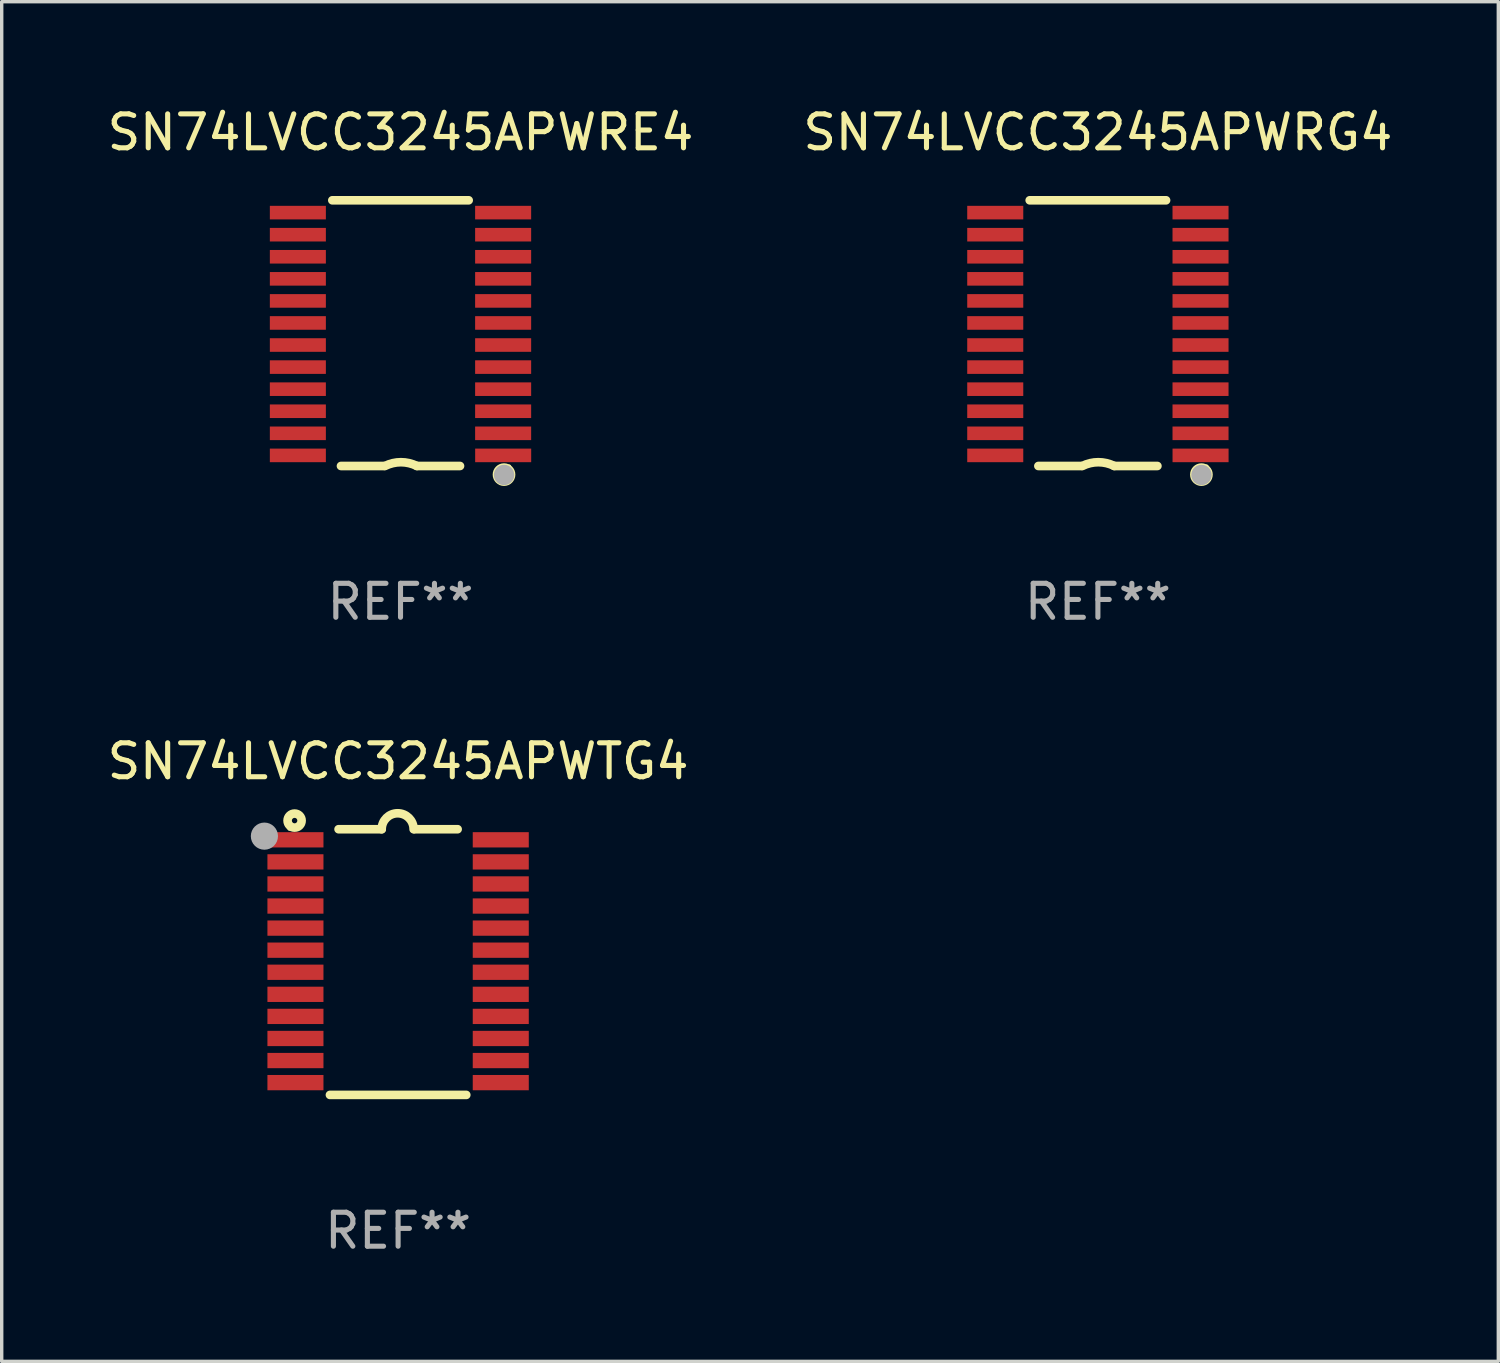
<source format=kicad_pcb>
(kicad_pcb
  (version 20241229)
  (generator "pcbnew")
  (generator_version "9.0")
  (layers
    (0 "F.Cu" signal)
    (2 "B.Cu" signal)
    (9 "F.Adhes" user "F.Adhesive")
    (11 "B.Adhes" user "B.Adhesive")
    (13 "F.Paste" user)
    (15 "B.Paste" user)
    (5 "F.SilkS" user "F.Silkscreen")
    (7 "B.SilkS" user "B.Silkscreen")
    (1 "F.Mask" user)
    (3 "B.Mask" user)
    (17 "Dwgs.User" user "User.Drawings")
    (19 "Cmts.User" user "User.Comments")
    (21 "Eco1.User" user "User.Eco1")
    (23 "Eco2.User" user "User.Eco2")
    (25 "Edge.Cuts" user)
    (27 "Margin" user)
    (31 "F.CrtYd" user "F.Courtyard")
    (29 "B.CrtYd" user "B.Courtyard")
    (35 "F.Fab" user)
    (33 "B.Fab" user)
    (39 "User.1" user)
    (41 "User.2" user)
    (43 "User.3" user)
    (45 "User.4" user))
  (footprint "SN74LVCC3245APWRE4"
    (layer "F.Cu")
    (at 8.744 6.76)
    (property "Reference" "SN74LVCC3245APWRE4" (at 0 -5.912 0) (layer "F.SilkS") (effects (font (size 1 1) (thickness 0.15))))
    (attr through_hole)
    (fp_line (start -2.008 -3.912) (end 2.007 -3.912) (stroke (width 0.254) (type solid)) (layer "F.SilkS"))
    (fp_line (start -0.483 3.912) (end -1.753 3.912) (stroke (width 0.254) (type solid)) (layer "F.SilkS"))
    (fp_line (start 1.752 3.912) (end 0.482 3.912) (stroke (width 0.254) (type solid)) (layer "F.SilkS"))
    (fp_arc (start -0.457404 3.911595) (mid 0.012497 3.800666) (end 0.482398 3.911595) (stroke (width 0.254001) (type solid)) (layer "F.SilkS"))
    (fp_circle (center 3.048 4.166) (end 3.128 4.166) (stroke (width 0.254) (type solid)) (fill no) (layer "F.SilkS"))
    (fp_circle (center 3.2 3.926) (end 3.23 3.926) (stroke (width 0.06) (type solid)) (fill no) (layer "F.SilkS"))
    (fp_circle (center 3.05 4.176) (end 3.2 4.176) (stroke (width 0.3) (type solid)) (fill no) (layer "F.Fab"))
    (fp_text user "REF**" (at 0 7.912 0) (layer "F.Fab") (effects (font (size 1 1) (thickness 0.15))))
    (pad "1" smd rect (at 3.023 3.6 180) (size 1.65 0.4) (layers "F.Cu" "F.Mask" "F.Paste"))
    (pad "2" smd rect (at 3.022 2.95 180) (size 1.65 0.4) (layers "F.Cu" "F.Mask" "F.Paste"))
    (pad "3" smd rect (at 3.022 2.3 180) (size 1.65 0.4) (layers "F.Cu" "F.Mask" "F.Paste"))
    (pad "4" smd rect (at 3.022 1.65 180) (size 1.65 0.4) (layers "F.Cu" "F.Mask" "F.Paste"))
    (pad "5" smd rect (at 3.022 1 180) (size 1.65 0.4) (layers "F.Cu" "F.Mask" "F.Paste"))
    (pad "6" smd rect (at 3.022 0.35 180) (size 1.65 0.4) (layers "F.Cu" "F.Mask" "F.Paste"))
    (pad "7" smd rect (at 3.022 -0.3 180) (size 1.65 0.4) (layers "F.Cu" "F.Mask" "F.Paste"))
    (pad "8" smd rect (at 3.022 -0.949 180) (size 1.65 0.4) (layers "F.Cu" "F.Mask" "F.Paste"))
    (pad "9" smd rect (at 3.022 -1.599 180) (size 1.65 0.4) (layers "F.Cu" "F.Mask" "F.Paste"))
    (pad "10" smd rect (at 3.022 -2.249 180) (size 1.65 0.4) (layers "F.Cu" "F.Mask" "F.Paste"))
    (pad "11" smd rect (at 3.022 -2.899 180) (size 1.65 0.4) (layers "F.Cu" "F.Mask" "F.Paste"))
    (pad "12" smd rect (at 3.022 -3.549 180) (size 1.65 0.4) (layers "F.Cu" "F.Mask" "F.Paste"))
    (pad "13" smd rect (at -3.023 -3.549 180) (size 1.65 0.4) (layers "F.Cu" "F.Mask" "F.Paste"))
    (pad "14" smd rect (at -3.023 -2.899 180) (size 1.65 0.4) (layers "F.Cu" "F.Mask" "F.Paste"))
    (pad "15" smd rect (at -3.023 -2.249 180) (size 1.65 0.4) (layers "F.Cu" "F.Mask" "F.Paste"))
    (pad "16" smd rect (at -3.023 -1.599 180) (size 1.65 0.4) (layers "F.Cu" "F.Mask" "F.Paste"))
    (pad "17" smd rect (at -3.023 -0.949 180) (size 1.65 0.4) (layers "F.Cu" "F.Mask" "F.Paste"))
    (pad "18" smd rect (at -3.023 -0.3 180) (size 1.65 0.4) (layers "F.Cu" "F.Mask" "F.Paste"))
    (pad "19" smd rect (at -3.023 0.35 180) (size 1.65 0.4) (layers "F.Cu" "F.Mask" "F.Paste"))
    (pad "20" smd rect (at -3.023 1 180) (size 1.65 0.4) (layers "F.Cu" "F.Mask" "F.Paste"))
    (pad "21" smd rect (at -3.023 1.65 180) (size 1.65 0.4) (layers "F.Cu" "F.Mask" "F.Paste"))
    (pad "22" smd rect (at -3.023 2.3 180) (size 1.65 0.4) (layers "F.Cu" "F.Mask" "F.Paste"))
    (pad "23" smd rect (at -3.023 2.95 180) (size 1.65 0.4) (layers "F.Cu" "F.Mask" "F.Paste"))
    (pad "24" smd rect (at -3.023 3.6 180) (size 1.65 0.4) (layers "F.Cu" "F.Mask" "F.Paste")))
  (footprint "SN74LVCC3245APWTG4"
    (layer "F.Cu")
    (at 8.673 25.28)
    (property "Reference" "SN74LVCC3245APWTG4" (at 0 -5.912 0) (layer "F.SilkS") (effects (font (size 1 1) (thickness 0.15))))
    (attr through_hole)
    (fp_line (start -1.753 -3.912) (end -0.483 -3.912) (stroke (width 0.254) (type solid)) (layer "F.SilkS"))
    (fp_line (start 0.483 -3.912) (end 1.753 -3.912) (stroke (width 0.254) (type solid)) (layer "F.SilkS"))
    (fp_line (start 2.007 3.912) (end -2.007 3.912) (stroke (width 0.254) (type solid)) (layer "F.SilkS"))
    (fp_arc (start -0.482626 -3.911608) (mid -0.012725 -4.381509) (end 0.457176 -3.911608) (stroke (width 0.254001) (type solid)) (layer "F.SilkS"))
    (fp_circle (center -3.2 -3.925) (end -3.17 -3.925) (stroke (width 0.06) (type solid)) (fill no) (layer "F.SilkS"))
    (fp_circle (center -3.048 -4.166) (end -2.968 -4.166) (stroke (width 0.254) (type solid)) (fill no) (layer "F.SilkS"))
    (fp_circle (center -3.937 -3.708) (end -3.737 -3.708) (stroke (width 0.4) (type solid)) (fill no) (layer "F.Fab"))
    (fp_text user "REF**" (at 0 7.912 0) (layer "F.Fab") (effects (font (size 1 1) (thickness 0.15))))
    (pad "1" smd rect (at -3.023 -3.6) (size 1.65 0.45) (layers "F.Cu" "F.Mask" "F.Paste"))
    (pad "2" smd rect (at -3.023 -2.95) (size 1.65 0.45) (layers "F.Cu" "F.Mask" "F.Paste"))
    (pad "3" smd rect (at -3.023 -2.3) (size 1.65 0.45) (layers "F.Cu" "F.Mask" "F.Paste"))
    (pad "4" smd rect (at -3.023 -1.65) (size 1.65 0.45) (layers "F.Cu" "F.Mask" "F.Paste"))
    (pad "5" smd rect (at -3.023 -1) (size 1.65 0.45) (layers "F.Cu" "F.Mask" "F.Paste"))
    (pad "6" smd rect (at -3.023 -0.35) (size 1.65 0.45) (layers "F.Cu" "F.Mask" "F.Paste"))
    (pad "7" smd rect (at -3.023 0.3) (size 1.65 0.45) (layers "F.Cu" "F.Mask" "F.Paste"))
    (pad "8" smd rect (at -3.023 0.95) (size 1.65 0.45) (layers "F.Cu" "F.Mask" "F.Paste"))
    (pad "9" smd rect (at -3.023 1.6) (size 1.65 0.45) (layers "F.Cu" "F.Mask" "F.Paste"))
    (pad "10" smd rect (at -3.023 2.25) (size 1.65 0.45) (layers "F.Cu" "F.Mask" "F.Paste"))
    (pad "11" smd rect (at -3.023 2.9) (size 1.65 0.45) (layers "F.Cu" "F.Mask" "F.Paste"))
    (pad "12" smd rect (at -3.023 3.55) (size 1.65 0.45) (layers "F.Cu" "F.Mask" "F.Paste"))
    (pad "13" smd rect (at 3.023 3.55) (size 1.65 0.45) (layers "F.Cu" "F.Mask" "F.Paste"))
    (pad "14" smd rect (at 3.023 2.9) (size 1.65 0.45) (layers "F.Cu" "F.Mask" "F.Paste"))
    (pad "15" smd rect (at 3.023 2.25) (size 1.65 0.45) (layers "F.Cu" "F.Mask" "F.Paste"))
    (pad "16" smd rect (at 3.023 1.6) (size 1.65 0.45) (layers "F.Cu" "F.Mask" "F.Paste"))
    (pad "17" smd rect (at 3.023 0.95) (size 1.65 0.45) (layers "F.Cu" "F.Mask" "F.Paste"))
    (pad "18" smd rect (at 3.023 0.3) (size 1.65 0.45) (layers "F.Cu" "F.Mask" "F.Paste"))
    (pad "19" smd rect (at 3.023 -0.35) (size 1.65 0.45) (layers "F.Cu" "F.Mask" "F.Paste"))
    (pad "20" smd rect (at 3.023 -1) (size 1.65 0.45) (layers "F.Cu" "F.Mask" "F.Paste"))
    (pad "21" smd rect (at 3.023 -1.65) (size 1.65 0.45) (layers "F.Cu" "F.Mask" "F.Paste"))
    (pad "22" smd rect (at 3.023 -2.3) (size 1.65 0.45) (layers "F.Cu" "F.Mask" "F.Paste"))
    (pad "23" smd rect (at 3.023 -2.95) (size 1.65 0.45) (layers "F.Cu" "F.Mask" "F.Paste"))
    (pad "24" smd rect (at 3.023 -3.6) (size 1.65 0.45) (layers "F.Cu" "F.Mask" "F.Paste")))
  (footprint "SN74LVCC3245APWRG4"
    (layer "F.Cu")
    (at 29.28 6.76)
    (property "Reference" "SN74LVCC3245APWRG4" (at 0 -5.912 0) (layer "F.SilkS") (effects (font (size 1 1) (thickness 0.15))))
    (attr through_hole)
    (fp_line (start -2.008 -3.912) (end 2.007 -3.912) (stroke (width 0.254) (type solid)) (layer "F.SilkS"))
    (fp_line (start -0.483 3.912) (end -1.753 3.912) (stroke (width 0.254) (type solid)) (layer "F.SilkS"))
    (fp_line (start 1.752 3.912) (end 0.482 3.912) (stroke (width 0.254) (type solid)) (layer "F.SilkS"))
    (fp_arc (start -0.457404 3.911595) (mid 0.012497 3.800666) (end 0.482398 3.911595) (stroke (width 0.254001) (type solid)) (layer "F.SilkS"))
    (fp_circle (center 3.048 4.166) (end 3.128 4.166) (stroke (width 0.254) (type solid)) (fill no) (layer "F.SilkS"))
    (fp_circle (center 3.2 3.926) (end 3.23 3.926) (stroke (width 0.06) (type solid)) (fill no) (layer "F.SilkS"))
    (fp_circle (center 3.05 4.176) (end 3.2 4.176) (stroke (width 0.3) (type solid)) (fill no) (layer "F.Fab"))
    (fp_text user "REF**" (at 0 7.912 0) (layer "F.Fab") (effects (font (size 1 1) (thickness 0.15))))
    (pad "1" smd rect (at 3.023 3.6 180) (size 1.65 0.4) (layers "F.Cu" "F.Mask" "F.Paste"))
    (pad "2" smd rect (at 3.022 2.95 180) (size 1.65 0.4) (layers "F.Cu" "F.Mask" "F.Paste"))
    (pad "3" smd rect (at 3.022 2.3 180) (size 1.65 0.4) (layers "F.Cu" "F.Mask" "F.Paste"))
    (pad "4" smd rect (at 3.022 1.65 180) (size 1.65 0.4) (layers "F.Cu" "F.Mask" "F.Paste"))
    (pad "5" smd rect (at 3.022 1 180) (size 1.65 0.4) (layers "F.Cu" "F.Mask" "F.Paste"))
    (pad "6" smd rect (at 3.022 0.35 180) (size 1.65 0.4) (layers "F.Cu" "F.Mask" "F.Paste"))
    (pad "7" smd rect (at 3.022 -0.3 180) (size 1.65 0.4) (layers "F.Cu" "F.Mask" "F.Paste"))
    (pad "8" smd rect (at 3.022 -0.949 180) (size 1.65 0.4) (layers "F.Cu" "F.Mask" "F.Paste"))
    (pad "9" smd rect (at 3.022 -1.599 180) (size 1.65 0.4) (layers "F.Cu" "F.Mask" "F.Paste"))
    (pad "10" smd rect (at 3.022 -2.249 180) (size 1.65 0.4) (layers "F.Cu" "F.Mask" "F.Paste"))
    (pad "11" smd rect (at 3.022 -2.899 180) (size 1.65 0.4) (layers "F.Cu" "F.Mask" "F.Paste"))
    (pad "12" smd rect (at 3.022 -3.549 180) (size 1.65 0.4) (layers "F.Cu" "F.Mask" "F.Paste"))
    (pad "13" smd rect (at -3.023 -3.549 180) (size 1.65 0.4) (layers "F.Cu" "F.Mask" "F.Paste"))
    (pad "14" smd rect (at -3.023 -2.899 180) (size 1.65 0.4) (layers "F.Cu" "F.Mask" "F.Paste"))
    (pad "15" smd rect (at -3.023 -2.249 180) (size 1.65 0.4) (layers "F.Cu" "F.Mask" "F.Paste"))
    (pad "16" smd rect (at -3.023 -1.599 180) (size 1.65 0.4) (layers "F.Cu" "F.Mask" "F.Paste"))
    (pad "17" smd rect (at -3.023 -0.949 180) (size 1.65 0.4) (layers "F.Cu" "F.Mask" "F.Paste"))
    (pad "18" smd rect (at -3.023 -0.3 180) (size 1.65 0.4) (layers "F.Cu" "F.Mask" "F.Paste"))
    (pad "19" smd rect (at -3.023 0.35 180) (size 1.65 0.4) (layers "F.Cu" "F.Mask" "F.Paste"))
    (pad "20" smd rect (at -3.023 1 180) (size 1.65 0.4) (layers "F.Cu" "F.Mask" "F.Paste"))
    (pad "21" smd rect (at -3.023 1.65 180) (size 1.65 0.4) (layers "F.Cu" "F.Mask" "F.Paste"))
    (pad "22" smd rect (at -3.023 2.3 180) (size 1.65 0.4) (layers "F.Cu" "F.Mask" "F.Paste"))
    (pad "23" smd rect (at -3.023 2.95 180) (size 1.65 0.4) (layers "F.Cu" "F.Mask" "F.Paste"))
    (pad "24" smd rect (at -3.023 3.6 180) (size 1.65 0.4) (layers "F.Cu" "F.Mask" "F.Paste")))
  (gr_rect
    (start -3 -3)
    (end 41.071 37.039)
    (stroke (width 0.1) (type default))
    (fill no)
    (layer "Edge.Cuts")))
</source>
